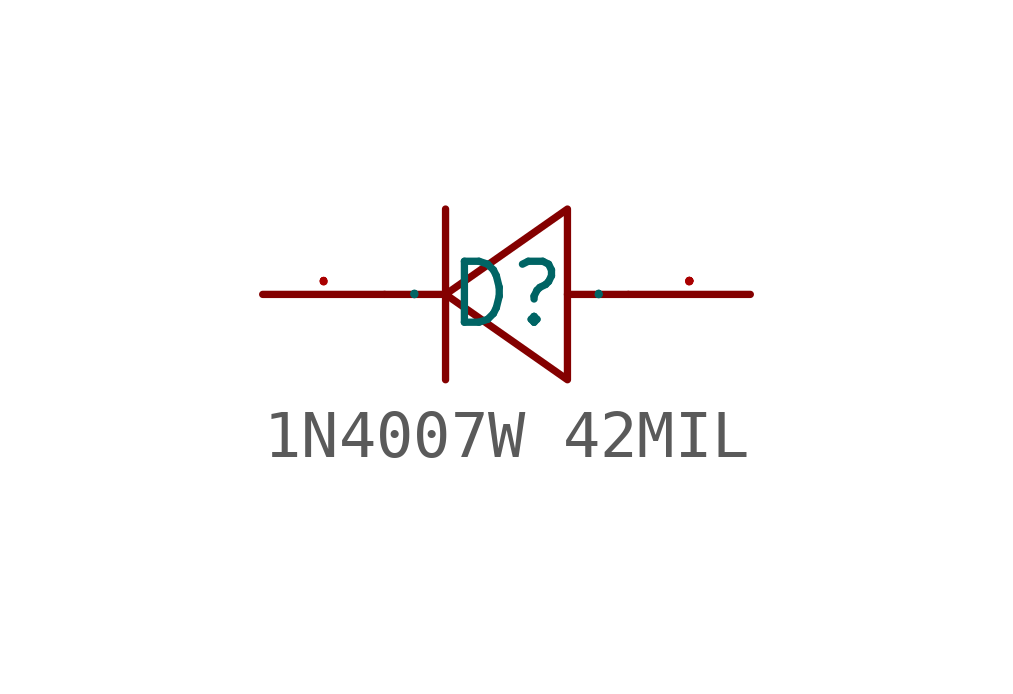
<source format=kicad_sym>
(kicad_symbol_lib
  (version 20241209)
  (generator "kicad_symbol_editor")
  (generator_version "9.0")
  (symbol "1N4007W 42MIL"
    (property "Reference" "D"
      (at 0 0 0)
      (effects (font (size 1.27 1.27))))
    (property "Value" ""
      (at 0 0 0)
      (effects (font (size 1.27 1.27))))
    (symbol "1N4007W 42MIL_1_0"
      (polyline (pts (xy -1.27 1.778) (xy -1.27 -1.778)) (stroke (width 0) (type default)) (fill (type none)))
      (polyline (pts (xy -1.27 0) (xy -2.54 0)) (stroke (width 0) (type default)) (fill (type none)))
      (polyline (pts (xy 1.27 1.778) (xy -1.27 0) (xy -1.27 0) (xy 1.27 -1.778) (xy 1.27 -1.778) (xy 1.27 1.778)) (stroke (width 0) (type default)) (fill (type none)))
      (polyline (pts (xy 2.54 0) (xy 1.27 0)) (stroke (width 0) (type default)) (fill (type none)))
      (pin unspecified line (at -5.08 0 0) (length 2.54) (name "K" (effects (font (size 0.025 0.025)))) (number "1" (effects (font (size 0.025 0.025)))))
      (pin unspecified line (at 5.08 0 180) (length 2.54) (name "A" (effects (font (size 0.025 0.025)))) (number "2" (effects (font (size 0.025 0.025))))))))
</source>
